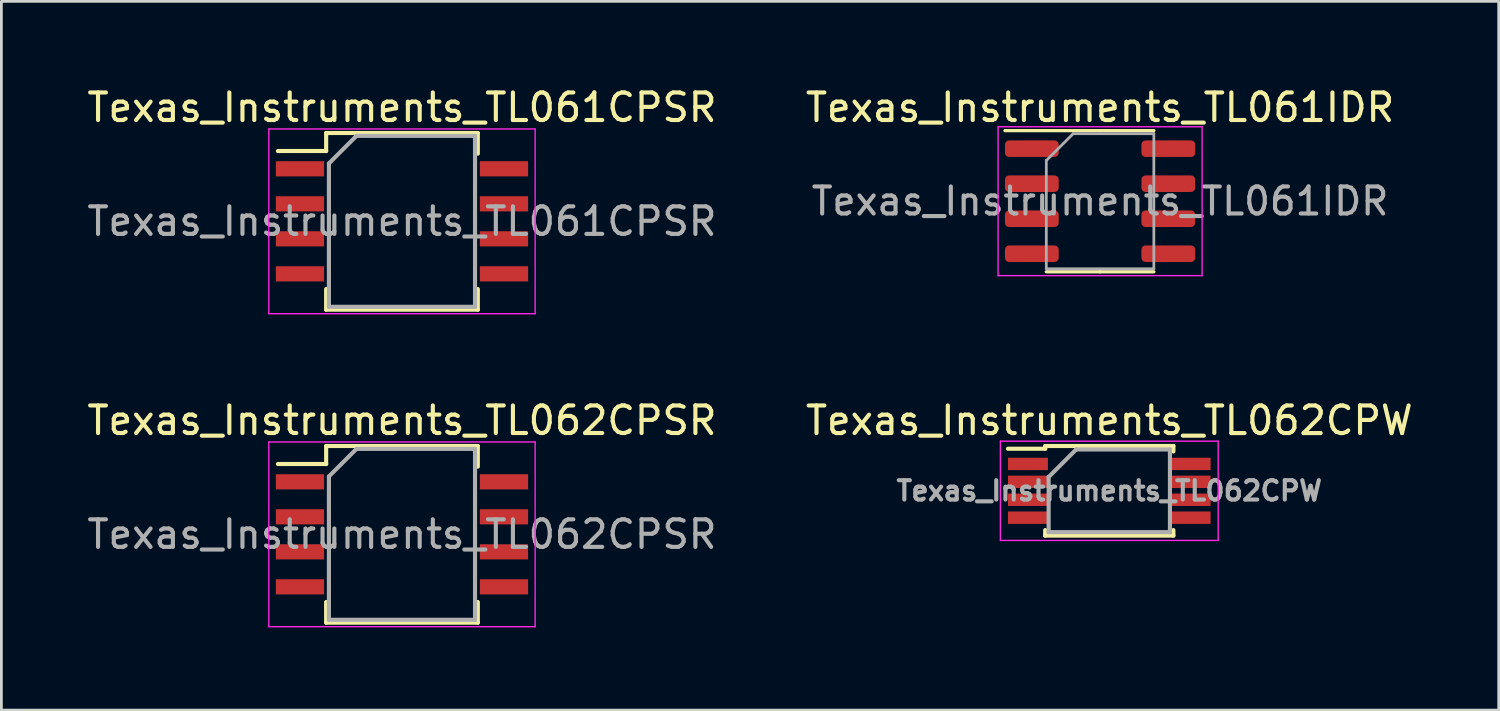
<source format=kicad_pcb>
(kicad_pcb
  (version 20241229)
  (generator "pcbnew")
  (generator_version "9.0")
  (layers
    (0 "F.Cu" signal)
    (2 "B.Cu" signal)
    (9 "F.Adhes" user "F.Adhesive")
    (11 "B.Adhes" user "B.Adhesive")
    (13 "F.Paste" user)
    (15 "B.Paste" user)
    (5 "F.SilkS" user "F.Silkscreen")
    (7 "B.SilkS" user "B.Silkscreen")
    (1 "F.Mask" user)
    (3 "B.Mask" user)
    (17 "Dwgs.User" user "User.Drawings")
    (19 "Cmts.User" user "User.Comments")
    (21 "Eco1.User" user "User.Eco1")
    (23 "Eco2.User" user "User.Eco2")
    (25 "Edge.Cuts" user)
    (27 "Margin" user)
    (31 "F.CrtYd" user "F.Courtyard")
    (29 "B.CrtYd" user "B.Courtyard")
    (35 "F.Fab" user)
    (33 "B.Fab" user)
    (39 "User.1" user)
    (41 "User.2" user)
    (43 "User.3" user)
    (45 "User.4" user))
  (footprint "Texas_Instruments_TL062CPW"
    (layer "F.Cu")
    (at 37.185 14.752)
    (property "Reference" "Texas_Instruments_TL062CPW" (at 0 -2.55 0) (layer "F.SilkS") (effects (font (size 1 1) (thickness 0.15))))
    (attr smd)
    (fp_line (start -2.325 -1.625) (end -2.325 -1.525) (stroke (width 0.15) (type solid)) (layer "F.SilkS"))
    (fp_line (start -2.325 -1.625) (end 2.325 -1.625) (stroke (width 0.15) (type solid)) (layer "F.SilkS"))
    (fp_line (start -2.325 -1.525) (end -3.675 -1.525) (stroke (width 0.15) (type solid)) (layer "F.SilkS"))
    (fp_line (start -2.325 1.625) (end -2.325 1.425) (stroke (width 0.15) (type solid)) (layer "F.SilkS"))
    (fp_line (start -2.325 1.625) (end 2.325 1.625) (stroke (width 0.15) (type solid)) (layer "F.SilkS"))
    (fp_line (start 2.325 -1.625) (end 2.325 -1.425) (stroke (width 0.15) (type solid)) (layer "F.SilkS"))
    (fp_line (start 2.325 1.625) (end 2.325 1.425) (stroke (width 0.15) (type solid)) (layer "F.SilkS"))
    (fp_line (start -3.95 -1.8) (end -3.95 1.8) (stroke (width 0.05) (type solid)) (layer "F.CrtYd"))
    (fp_line (start -3.95 -1.8) (end 3.95 -1.8) (stroke (width 0.05) (type solid)) (layer "F.CrtYd"))
    (fp_line (start -3.95 1.8) (end 3.95 1.8) (stroke (width 0.05) (type solid)) (layer "F.CrtYd"))
    (fp_line (start 3.95 -1.8) (end 3.95 1.8) (stroke (width 0.05) (type solid)) (layer "F.CrtYd"))
    (fp_line (start -2.2 -0.5) (end -1.2 -1.5) (stroke (width 0.15) (type solid)) (layer "F.Fab"))
    (fp_line (start -2.2 1.5) (end -2.2 -0.5) (stroke (width 0.15) (type solid)) (layer "F.Fab"))
    (fp_line (start -1.2 -1.5) (end 2.2 -1.5) (stroke (width 0.15) (type solid)) (layer "F.Fab"))
    (fp_line (start 2.2 -1.5) (end 2.2 1.5) (stroke (width 0.15) (type solid)) (layer "F.Fab"))
    (fp_line (start 2.2 1.5) (end -2.2 1.5) (stroke (width 0.15) (type solid)) (layer "F.Fab"))
    (fp_text user "${REFERENCE}" (at 0 0 0) (layer "F.Fab") (effects (font (size 0.7 0.7) (thickness 0.15))))
    (pad "1" smd rect (at -2.95 -0.975) (size 1.45 0.45) (layers "F.Cu" "F.Mask" "F.Paste"))
    (pad "2" smd rect (at -2.95 -0.325) (size 1.45 0.45) (layers "F.Cu" "F.Mask" "F.Paste"))
    (pad "3" smd rect (at -2.95 0.325) (size 1.45 0.45) (layers "F.Cu" "F.Mask" "F.Paste"))
    (pad "4" smd rect (at -2.95 0.975) (size 1.45 0.45) (layers "F.Cu" "F.Mask" "F.Paste"))
    (pad "5" smd rect (at 2.95 0.975) (size 1.45 0.45) (layers "F.Cu" "F.Mask" "F.Paste"))
    (pad "6" smd rect (at 2.95 0.325) (size 1.45 0.45) (layers "F.Cu" "F.Mask" "F.Paste"))
    (pad "7" smd rect (at 2.95 -0.325) (size 1.45 0.45) (layers "F.Cu" "F.Mask" "F.Paste"))
    (pad "8" smd rect (at 2.95 -0.975) (size 1.45 0.45) (layers "F.Cu" "F.Mask" "F.Paste")))
  (footprint "Texas_Instruments_TL062CPSR"
    (layer "F.Cu")
    (at 11.53 16.331)
    (property "Reference" "Texas_Instruments_TL062CPSR" (at 0 -4.13 0) (layer "F.SilkS") (effects (font (size 1 1) (thickness 0.15))))
    (attr smd)
    (fp_line (start -2.75 -3.205) (end -2.75 -2.55) (stroke (width 0.15) (type solid)) (layer "F.SilkS"))
    (fp_line (start -2.75 -3.205) (end 2.75 -3.205) (stroke (width 0.15) (type solid)) (layer "F.SilkS"))
    (fp_line (start -2.75 -2.55) (end -4.5 -2.55) (stroke (width 0.15) (type solid)) (layer "F.SilkS"))
    (fp_line (start -2.75 3.205) (end -2.75 2.455) (stroke (width 0.15) (type solid)) (layer "F.SilkS"))
    (fp_line (start -2.75 3.205) (end 2.75 3.205) (stroke (width 0.15) (type solid)) (layer "F.SilkS"))
    (fp_line (start 2.75 -3.205) (end 2.75 -2.455) (stroke (width 0.15) (type solid)) (layer "F.SilkS"))
    (fp_line (start 2.75 3.205) (end 2.75 2.455) (stroke (width 0.15) (type solid)) (layer "F.SilkS"))
    (fp_line (start -4.83 -3.35) (end -4.83 3.35) (stroke (width 0.05) (type solid)) (layer "F.CrtYd"))
    (fp_line (start -4.83 -3.35) (end 4.83 -3.35) (stroke (width 0.05) (type solid)) (layer "F.CrtYd"))
    (fp_line (start -4.83 3.35) (end 4.83 3.35) (stroke (width 0.05) (type solid)) (layer "F.CrtYd"))
    (fp_line (start 4.83 -3.35) (end 4.83 3.35) (stroke (width 0.05) (type solid)) (layer "F.CrtYd"))
    (fp_line (start -2.65 -2.1) (end -1.65 -3.1) (stroke (width 0.15) (type solid)) (layer "F.Fab"))
    (fp_line (start -2.65 3.1) (end -2.65 -2.1) (stroke (width 0.15) (type solid)) (layer "F.Fab"))
    (fp_line (start -1.65 -3.1) (end 2.65 -3.1) (stroke (width 0.15) (type solid)) (layer "F.Fab"))
    (fp_line (start 2.65 -3.1) (end 2.65 3.1) (stroke (width 0.15) (type solid)) (layer "F.Fab"))
    (fp_line (start 2.65 3.1) (end -2.65 3.1) (stroke (width 0.15) (type solid)) (layer "F.Fab"))
    (fp_text user "${REFERENCE}" (at 0 0 0) (layer "F.Fab") (effects (font (size 1 1) (thickness 0.15))))
    (pad "1" smd rect (at -3.7 -1.905) (size 1.75 0.55) (layers "F.Cu" "F.Mask" "F.Paste"))
    (pad "2" smd rect (at -3.7 -0.635) (size 1.75 0.55) (layers "F.Cu" "F.Mask" "F.Paste"))
    (pad "3" smd rect (at -3.7 0.635) (size 1.75 0.55) (layers "F.Cu" "F.Mask" "F.Paste"))
    (pad "4" smd rect (at -3.7 1.905) (size 1.75 0.55) (layers "F.Cu" "F.Mask" "F.Paste"))
    (pad "5" smd rect (at 3.7 1.905) (size 1.75 0.55) (layers "F.Cu" "F.Mask" "F.Paste"))
    (pad "6" smd rect (at 3.7 0.635) (size 1.75 0.55) (layers "F.Cu" "F.Mask" "F.Paste"))
    (pad "7" smd rect (at 3.7 -0.635) (size 1.75 0.55) (layers "F.Cu" "F.Mask" "F.Paste"))
    (pad "8" smd rect (at 3.7 -1.905) (size 1.75 0.55) (layers "F.Cu" "F.Mask" "F.Paste")))
  (footprint "Texas_Instruments_TL061CPSR"
    (layer "F.Cu")
    (at 11.53 4.978)
    (property "Reference" "Texas_Instruments_TL061CPSR" (at 0 -4.13 0) (layer "F.SilkS") (effects (font (size 1 1) (thickness 0.15))))
    (attr smd)
    (fp_line (start -2.75 -3.205) (end -2.75 -2.55) (stroke (width 0.15) (type solid)) (layer "F.SilkS"))
    (fp_line (start -2.75 -3.205) (end 2.75 -3.205) (stroke (width 0.15) (type solid)) (layer "F.SilkS"))
    (fp_line (start -2.75 -2.55) (end -4.5 -2.55) (stroke (width 0.15) (type solid)) (layer "F.SilkS"))
    (fp_line (start -2.75 3.205) (end -2.75 2.455) (stroke (width 0.15) (type solid)) (layer "F.SilkS"))
    (fp_line (start -2.75 3.205) (end 2.75 3.205) (stroke (width 0.15) (type solid)) (layer "F.SilkS"))
    (fp_line (start 2.75 -3.205) (end 2.75 -2.455) (stroke (width 0.15) (type solid)) (layer "F.SilkS"))
    (fp_line (start 2.75 3.205) (end 2.75 2.455) (stroke (width 0.15) (type solid)) (layer "F.SilkS"))
    (fp_line (start -4.83 -3.35) (end -4.83 3.35) (stroke (width 0.05) (type solid)) (layer "F.CrtYd"))
    (fp_line (start -4.83 -3.35) (end 4.83 -3.35) (stroke (width 0.05) (type solid)) (layer "F.CrtYd"))
    (fp_line (start -4.83 3.35) (end 4.83 3.35) (stroke (width 0.05) (type solid)) (layer "F.CrtYd"))
    (fp_line (start 4.83 -3.35) (end 4.83 3.35) (stroke (width 0.05) (type solid)) (layer "F.CrtYd"))
    (fp_line (start -2.65 -2.1) (end -1.65 -3.1) (stroke (width 0.15) (type solid)) (layer "F.Fab"))
    (fp_line (start -2.65 3.1) (end -2.65 -2.1) (stroke (width 0.15) (type solid)) (layer "F.Fab"))
    (fp_line (start -1.65 -3.1) (end 2.65 -3.1) (stroke (width 0.15) (type solid)) (layer "F.Fab"))
    (fp_line (start 2.65 -3.1) (end 2.65 3.1) (stroke (width 0.15) (type solid)) (layer "F.Fab"))
    (fp_line (start 2.65 3.1) (end -2.65 3.1) (stroke (width 0.15) (type solid)) (layer "F.Fab"))
    (fp_text user "${REFERENCE}" (at 0 0 0) (layer "F.Fab") (effects (font (size 1 1) (thickness 0.15))))
    (pad "1" smd rect (at -3.7 -1.905) (size 1.75 0.55) (layers "F.Cu" "F.Mask" "F.Paste"))
    (pad "2" smd rect (at -3.7 -0.635) (size 1.75 0.55) (layers "F.Cu" "F.Mask" "F.Paste"))
    (pad "3" smd rect (at -3.7 0.635) (size 1.75 0.55) (layers "F.Cu" "F.Mask" "F.Paste"))
    (pad "4" smd rect (at -3.7 1.905) (size 1.75 0.55) (layers "F.Cu" "F.Mask" "F.Paste"))
    (pad "5" smd rect (at 3.7 1.905) (size 1.75 0.55) (layers "F.Cu" "F.Mask" "F.Paste"))
    (pad "6" smd rect (at 3.7 0.635) (size 1.75 0.55) (layers "F.Cu" "F.Mask" "F.Paste"))
    (pad "7" smd rect (at 3.7 -0.635) (size 1.75 0.55) (layers "F.Cu" "F.Mask" "F.Paste"))
    (pad "8" smd rect (at 3.7 -1.905) (size 1.75 0.55) (layers "F.Cu" "F.Mask" "F.Paste")))
  (footprint "Texas_Instruments_TL061IDR"
    (layer "F.Cu")
    (at 36.851 4.248)
    (property "Reference" "Texas_Instruments_TL061IDR" (at 0 -3.4 0) (layer "F.SilkS") (effects (font (size 1 1) (thickness 0.15))))
    (attr smd)
    (fp_line (start 0 -2.56) (end -3.45 -2.56) (stroke (width 0.12) (type solid)) (layer "F.SilkS"))
    (fp_line (start 0 -2.56) (end 1.95 -2.56) (stroke (width 0.12) (type solid)) (layer "F.SilkS"))
    (fp_line (start 0 2.56) (end -1.95 2.56) (stroke (width 0.12) (type solid)) (layer "F.SilkS"))
    (fp_line (start 0 2.56) (end 1.95 2.56) (stroke (width 0.12) (type solid)) (layer "F.SilkS"))
    (fp_line (start -3.7 -2.7) (end -3.7 2.7) (stroke (width 0.05) (type solid)) (layer "F.CrtYd"))
    (fp_line (start -3.7 2.7) (end 3.7 2.7) (stroke (width 0.05) (type solid)) (layer "F.CrtYd"))
    (fp_line (start 3.7 -2.7) (end -3.7 -2.7) (stroke (width 0.05) (type solid)) (layer "F.CrtYd"))
    (fp_line (start 3.7 2.7) (end 3.7 -2.7) (stroke (width 0.05) (type solid)) (layer "F.CrtYd"))
    (fp_line (start -1.95 -1.475) (end -0.975 -2.45) (stroke (width 0.1) (type solid)) (layer "F.Fab"))
    (fp_line (start -1.95 2.45) (end -1.95 -1.475) (stroke (width 0.1) (type solid)) (layer "F.Fab"))
    (fp_line (start -0.975 -2.45) (end 1.95 -2.45) (stroke (width 0.1) (type solid)) (layer "F.Fab"))
    (fp_line (start 1.95 -2.45) (end 1.95 2.45) (stroke (width 0.1) (type solid)) (layer "F.Fab"))
    (fp_line (start 1.95 2.45) (end -1.95 2.45) (stroke (width 0.1) (type solid)) (layer "F.Fab"))
    (fp_text user "${REFERENCE}" (at 0 0 0) (layer "F.Fab") (effects (font (size 0.98 0.98) (thickness 0.15))))
    (pad "1" smd roundrect (at -2.475 -1.905) (size 1.95 0.6) (layers "F.Cu" "F.Mask" "F.Paste") (roundrect_rratio 0.25))
    (pad "2" smd roundrect (at -2.475 -0.635) (size 1.95 0.6) (layers "F.Cu" "F.Mask" "F.Paste") (roundrect_rratio 0.25))
    (pad "3" smd roundrect (at -2.475 0.635) (size 1.95 0.6) (layers "F.Cu" "F.Mask" "F.Paste") (roundrect_rratio 0.25))
    (pad "4" smd roundrect (at -2.475 1.905) (size 1.95 0.6) (layers "F.Cu" "F.Mask" "F.Paste") (roundrect_rratio 0.25))
    (pad "5" smd roundrect (at 2.475 1.905) (size 1.95 0.6) (layers "F.Cu" "F.Mask" "F.Paste") (roundrect_rratio 0.25))
    (pad "6" smd roundrect (at 2.475 0.635) (size 1.95 0.6) (layers "F.Cu" "F.Mask" "F.Paste") (roundrect_rratio 0.25))
    (pad "7" smd roundrect (at 2.475 -0.635) (size 1.95 0.6) (layers "F.Cu" "F.Mask" "F.Paste") (roundrect_rratio 0.25))
    (pad "8" smd roundrect (at 2.475 -1.905) (size 1.95 0.6) (layers "F.Cu" "F.Mask" "F.Paste") (roundrect_rratio 0.25)))
  (gr_rect
    (start -3 -3)
    (end 51.31 22.706)
    (stroke (width 0.1) (type default))
    (fill no)
    (layer "Edge.Cuts")))
</source>
